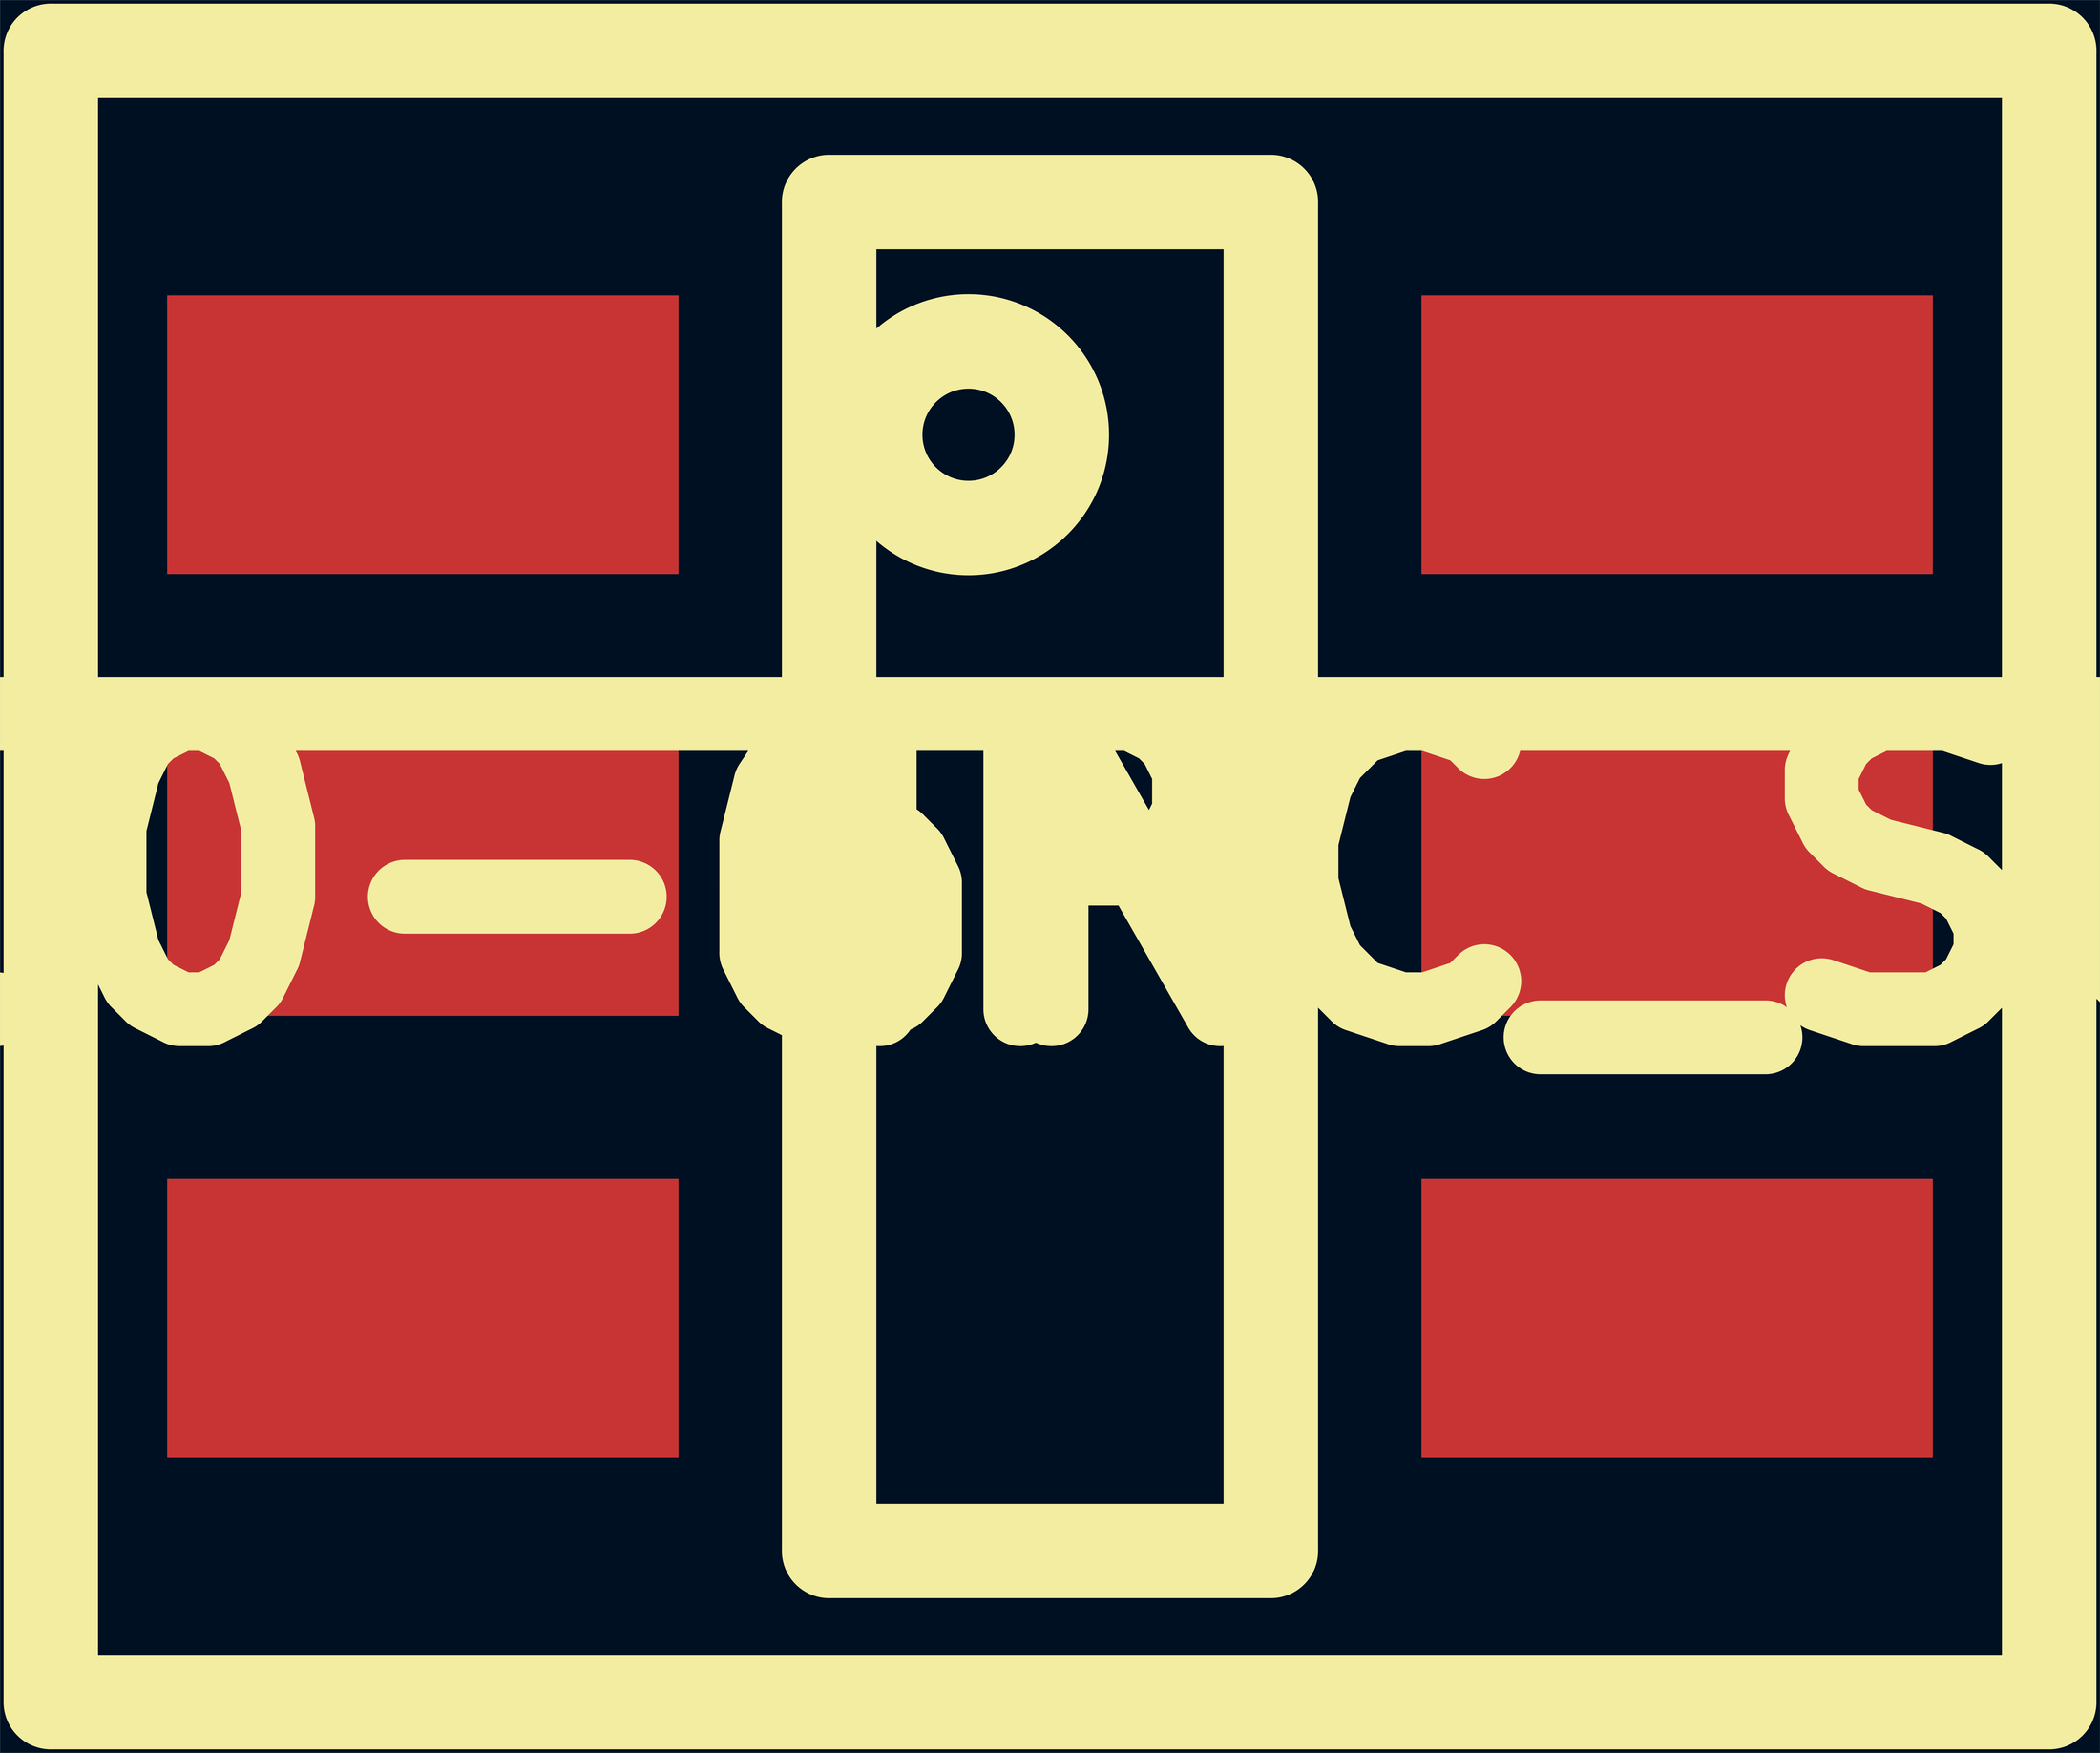
<source format=kicad_pcb>
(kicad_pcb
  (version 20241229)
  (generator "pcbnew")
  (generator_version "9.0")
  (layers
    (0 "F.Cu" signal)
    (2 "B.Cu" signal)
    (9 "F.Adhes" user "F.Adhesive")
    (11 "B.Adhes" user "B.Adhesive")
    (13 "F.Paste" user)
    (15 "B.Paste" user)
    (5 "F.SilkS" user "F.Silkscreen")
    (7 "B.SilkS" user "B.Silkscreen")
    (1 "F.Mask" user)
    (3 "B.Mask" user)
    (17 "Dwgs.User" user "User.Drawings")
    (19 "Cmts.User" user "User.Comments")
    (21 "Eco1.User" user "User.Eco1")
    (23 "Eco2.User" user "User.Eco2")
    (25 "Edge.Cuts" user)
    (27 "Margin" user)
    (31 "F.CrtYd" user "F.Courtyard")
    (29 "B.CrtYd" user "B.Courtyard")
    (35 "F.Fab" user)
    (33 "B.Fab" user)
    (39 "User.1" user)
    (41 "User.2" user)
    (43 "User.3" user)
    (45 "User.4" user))
  (footprint "IPC_SOT95P280X110-6N"
    (layer "F.Cu")
    (at 886 739)
    (property "Reference" "IPC_SOT95P280X110-6N" (at 0 0 0) (layer "F.SilkS") (effects (font (size 250 250) (thickness 120))))
    (attr through_hole)
    (fp_line (start -846 -699) (end 846 -699) (stroke (width 80) (type solid)) (layer "F.SilkS"))
    (fp_line (start -846 699) (end -846 -699) (stroke (width 80) (type solid)) (layer "F.SilkS"))
    (fp_line (start -187 -571) (end 187 -571) (stroke (width 80) (type solid)) (layer "F.SilkS"))
    (fp_line (start -187 571) (end -187 -571) (stroke (width 80) (type solid)) (layer "F.SilkS"))
    (fp_line (start 187 -571) (end 187 571) (stroke (width 80) (type solid)) (layer "F.SilkS"))
    (fp_line (start 187 571) (end -187 571) (stroke (width 80) (type solid)) (layer "F.SilkS"))
    (fp_line (start 846 -699) (end 846 699) (stroke (width 80) (type solid)) (layer "F.SilkS"))
    (fp_line (start 846 699) (end -846 699) (stroke (width 80) (type solid)) (layer "F.SilkS"))
    (fp_circle (center -69 -374) (end -30 -374) (stroke (width 80) (type solid)) (fill no) (layer "F.SilkS"))
    (pad "1" smd rect (at -531 -374) (size 433 236) (layers "F.Cu" "F.Mask" "F.Paste"))
    (pad "2" smd rect (at -531 0) (size 433 236) (layers "F.Cu" "F.Mask" "F.Paste"))
    (pad "3" smd rect (at -531 374) (size 433 236) (layers "F.Cu" "F.Mask" "F.Paste"))
    (pad "4" smd rect (at 531 374) (size 433 236) (layers "F.Cu" "F.Mask" "F.Paste"))
    (pad "5" smd rect (at 531 0) (size 433 236) (layers "F.Cu" "F.Mask" "F.Paste"))
    (pad "6" smd rect (at 531 -374) (size 433 236) (layers "F.Cu" "F.Mask" "F.Paste")))
  (gr_rect
    (start -3 -3)
    (end 1775 1481)
    (stroke (width 0.1) (type default))
    (fill no)
    (layer "Edge.Cuts")))
</source>
